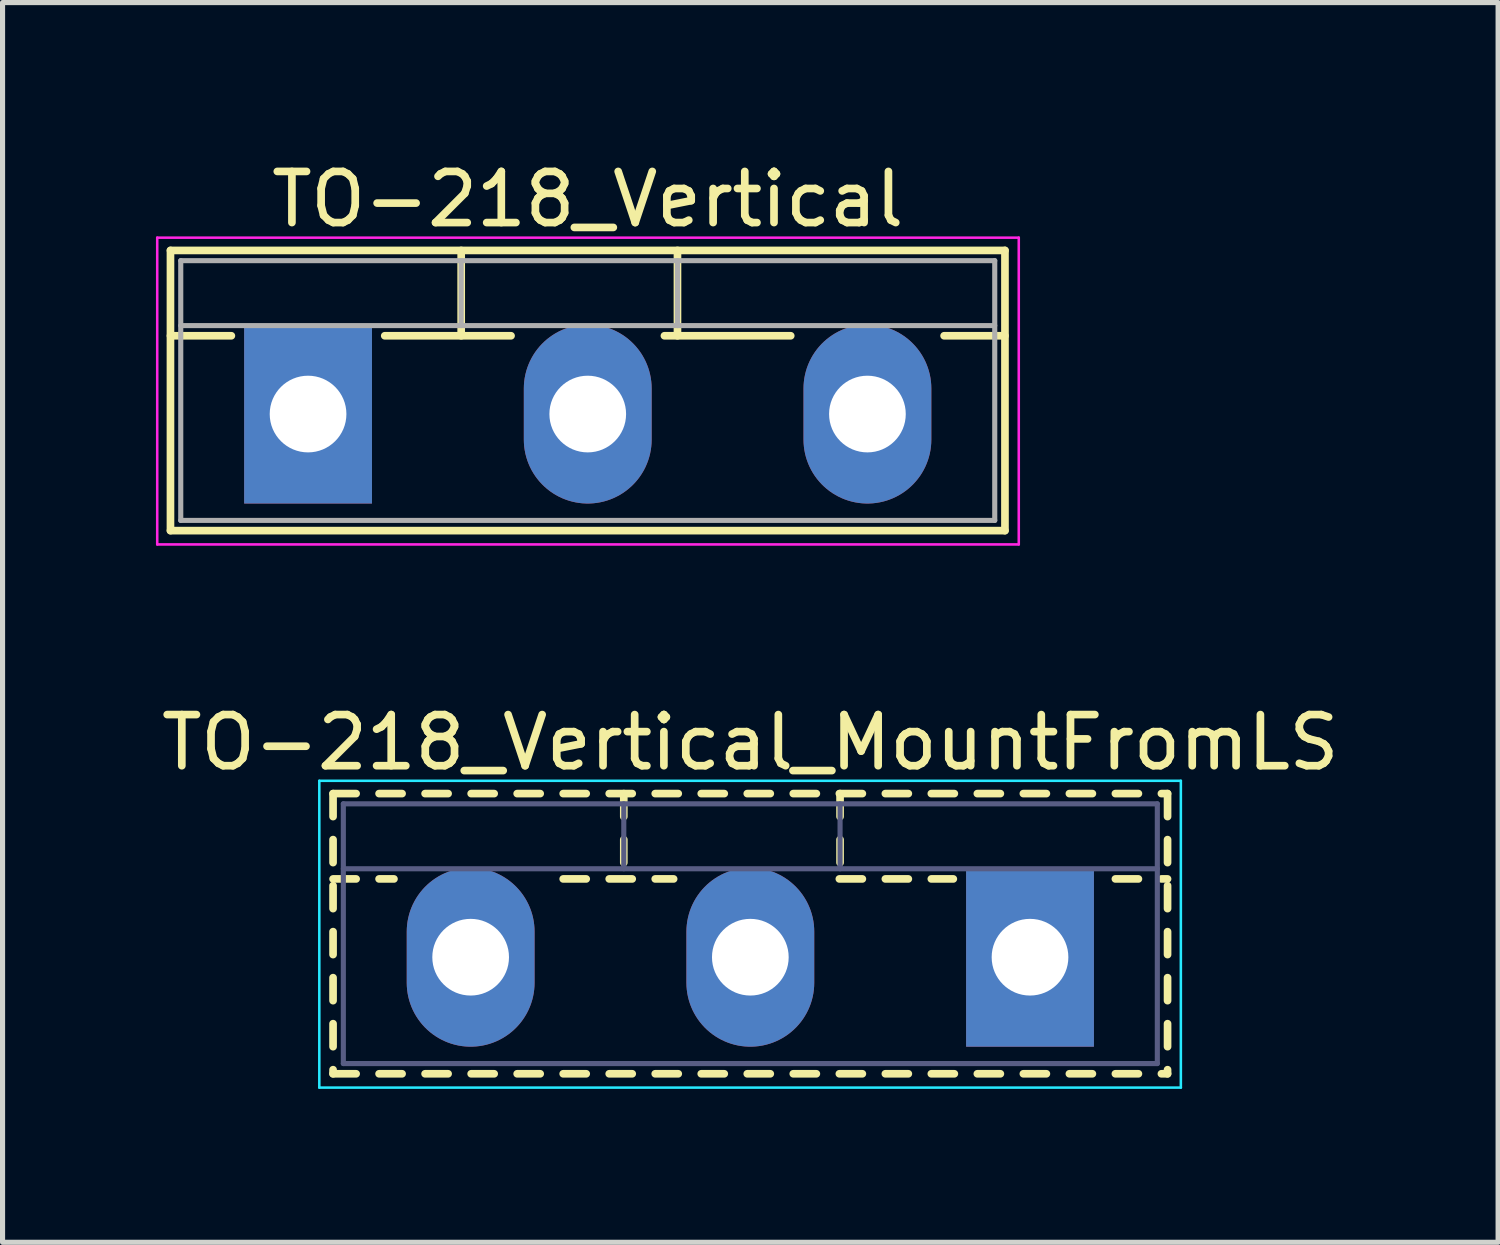
<source format=kicad_pcb>
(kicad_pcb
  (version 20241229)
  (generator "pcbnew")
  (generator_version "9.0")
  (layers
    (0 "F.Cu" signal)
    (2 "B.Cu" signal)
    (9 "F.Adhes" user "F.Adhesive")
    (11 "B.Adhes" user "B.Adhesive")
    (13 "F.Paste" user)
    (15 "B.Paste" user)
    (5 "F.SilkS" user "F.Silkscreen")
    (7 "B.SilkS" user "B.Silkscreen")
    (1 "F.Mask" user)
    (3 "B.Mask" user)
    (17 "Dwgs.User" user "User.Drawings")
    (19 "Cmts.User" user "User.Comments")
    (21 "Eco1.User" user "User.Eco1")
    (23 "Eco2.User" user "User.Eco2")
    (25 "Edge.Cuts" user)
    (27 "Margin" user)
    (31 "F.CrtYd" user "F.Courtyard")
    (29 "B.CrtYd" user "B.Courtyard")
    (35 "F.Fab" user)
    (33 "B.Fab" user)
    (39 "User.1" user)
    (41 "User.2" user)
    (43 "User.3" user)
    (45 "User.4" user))
  (footprint "TO-218_Vertical_MountFromLS"
    (layer "F.Cu")
    (at 17.095 15.671)
    (property "Reference" "TO-218_Vertical_MountFromLS" (at -5.47 -4.2 0) (layer "F.SilkS") (effects (font (size 1 1) (thickness 0.15))))
    (attr through_hole)
    (fp_line (start -13.631 -3.2) (end -13.631 -2.75) (stroke (width 0.15) (type solid)) (layer "F.SilkS"))
    (fp_line (start -13.631 -3.2) (end -13.18 -3.2) (stroke (width 0.15) (type solid)) (layer "F.SilkS"))
    (fp_line (start -13.631 -2.3) (end -13.631 -1.85) (stroke (width 0.15) (type solid)) (layer "F.SilkS"))
    (fp_line (start -13.631 -1.531) (end -13.18 -1.531) (stroke (width 0.15) (type solid)) (layer "F.SilkS"))
    (fp_line (start -13.631 -1.4) (end -13.631 -0.95) (stroke (width 0.15) (type solid)) (layer "F.SilkS"))
    (fp_line (start -13.631 -0.5) (end -13.631 -0.051) (stroke (width 0.15) (type solid)) (layer "F.SilkS"))
    (fp_line (start -13.631 0.4) (end -13.631 0.85) (stroke (width 0.15) (type solid)) (layer "F.SilkS"))
    (fp_line (start -13.631 1.3) (end -13.631 1.75) (stroke (width 0.15) (type solid)) (layer "F.SilkS"))
    (fp_line (start -13.631 2.2) (end -13.631 2.28) (stroke (width 0.15) (type solid)) (layer "F.SilkS"))
    (fp_line (start -13.631 2.28) (end -13.18 2.28) (stroke (width 0.15) (type solid)) (layer "F.SilkS"))
    (fp_line (start -12.731 -3.2) (end -12.281 -3.2) (stroke (width 0.15) (type solid)) (layer "F.SilkS"))
    (fp_line (start -12.731 -1.531) (end -12.44 -1.531) (stroke (width 0.15) (type solid)) (layer "F.SilkS"))
    (fp_line (start -12.731 2.28) (end -12.281 2.28) (stroke (width 0.15) (type solid)) (layer "F.SilkS"))
    (fp_line (start -11.831 -3.2) (end -11.381 -3.2) (stroke (width 0.15) (type solid)) (layer "F.SilkS"))
    (fp_line (start -11.831 2.28) (end -11.381 2.28) (stroke (width 0.15) (type solid)) (layer "F.SilkS"))
    (fp_line (start -10.93 -3.2) (end -10.48 -3.2) (stroke (width 0.15) (type solid)) (layer "F.SilkS"))
    (fp_line (start -10.93 2.28) (end -10.48 2.28) (stroke (width 0.15) (type solid)) (layer "F.SilkS"))
    (fp_line (start -10.03 -3.2) (end -9.58 -3.2) (stroke (width 0.15) (type solid)) (layer "F.SilkS"))
    (fp_line (start -10.03 2.28) (end -9.58 2.28) (stroke (width 0.15) (type solid)) (layer "F.SilkS"))
    (fp_line (start -9.13 -3.2) (end -8.68 -3.2) (stroke (width 0.15) (type solid)) (layer "F.SilkS"))
    (fp_line (start -9.13 -1.531) (end -8.68 -1.531) (stroke (width 0.15) (type solid)) (layer "F.SilkS"))
    (fp_line (start -9.13 2.28) (end -8.68 2.28) (stroke (width 0.15) (type solid)) (layer "F.SilkS"))
    (fp_line (start -8.23 -3.2) (end -7.78 -3.2) (stroke (width 0.15) (type solid)) (layer "F.SilkS"))
    (fp_line (start -8.23 -1.531) (end -7.78 -1.531) (stroke (width 0.15) (type solid)) (layer "F.SilkS"))
    (fp_line (start -8.23 2.28) (end -7.78 2.28) (stroke (width 0.15) (type solid)) (layer "F.SilkS"))
    (fp_line (start -7.945 -3.2) (end -7.945 -2.75) (stroke (width 0.15) (type solid)) (layer "F.SilkS"))
    (fp_line (start -7.945 -2.3) (end -7.945 -1.85) (stroke (width 0.15) (type solid)) (layer "F.SilkS"))
    (fp_line (start -7.33 -3.2) (end -6.88 -3.2) (stroke (width 0.15) (type solid)) (layer "F.SilkS"))
    (fp_line (start -7.33 -1.531) (end -6.97 -1.531) (stroke (width 0.15) (type solid)) (layer "F.SilkS"))
    (fp_line (start -7.33 2.28) (end -6.88 2.28) (stroke (width 0.15) (type solid)) (layer "F.SilkS"))
    (fp_line (start -6.43 -3.2) (end -5.98 -3.2) (stroke (width 0.15) (type solid)) (layer "F.SilkS"))
    (fp_line (start -6.43 2.28) (end -5.98 2.28) (stroke (width 0.15) (type solid)) (layer "F.SilkS"))
    (fp_line (start -5.53 -3.2) (end -5.08 -3.2) (stroke (width 0.15) (type solid)) (layer "F.SilkS"))
    (fp_line (start -5.53 2.28) (end -5.08 2.28) (stroke (width 0.15) (type solid)) (layer "F.SilkS"))
    (fp_line (start -4.63 -3.2) (end -4.179 -3.2) (stroke (width 0.15) (type solid)) (layer "F.SilkS"))
    (fp_line (start -4.63 2.28) (end -4.179 2.28) (stroke (width 0.15) (type solid)) (layer "F.SilkS"))
    (fp_line (start -3.729 -3.2) (end -3.279 -3.2) (stroke (width 0.15) (type solid)) (layer "F.SilkS"))
    (fp_line (start -3.729 -1.531) (end -3.279 -1.531) (stroke (width 0.15) (type solid)) (layer "F.SilkS"))
    (fp_line (start -3.729 2.28) (end -3.279 2.28) (stroke (width 0.15) (type solid)) (layer "F.SilkS"))
    (fp_line (start -3.715 -3.2) (end -3.715 -2.75) (stroke (width 0.15) (type solid)) (layer "F.SilkS"))
    (fp_line (start -3.715 -2.3) (end -3.715 -1.85) (stroke (width 0.15) (type solid)) (layer "F.SilkS"))
    (fp_line (start -2.829 -3.2) (end -2.38 -3.2) (stroke (width 0.15) (type solid)) (layer "F.SilkS"))
    (fp_line (start -2.829 -1.531) (end -2.38 -1.531) (stroke (width 0.15) (type solid)) (layer "F.SilkS"))
    (fp_line (start -2.829 2.28) (end -2.38 2.28) (stroke (width 0.15) (type solid)) (layer "F.SilkS"))
    (fp_line (start -1.93 -3.2) (end -1.48 -3.2) (stroke (width 0.15) (type solid)) (layer "F.SilkS"))
    (fp_line (start -1.93 -1.531) (end -1.5 -1.531) (stroke (width 0.15) (type solid)) (layer "F.SilkS"))
    (fp_line (start -1.93 2.28) (end -1.48 2.28) (stroke (width 0.15) (type solid)) (layer "F.SilkS"))
    (fp_line (start -1.03 -3.2) (end -0.58 -3.2) (stroke (width 0.15) (type solid)) (layer "F.SilkS"))
    (fp_line (start -1.03 2.28) (end -0.58 2.28) (stroke (width 0.15) (type solid)) (layer "F.SilkS"))
    (fp_line (start -0.13 -3.2) (end 0.32 -3.2) (stroke (width 0.15) (type solid)) (layer "F.SilkS"))
    (fp_line (start -0.13 2.28) (end 0.32 2.28) (stroke (width 0.15) (type solid)) (layer "F.SilkS"))
    (fp_line (start 0.77 -3.2) (end 1.22 -3.2) (stroke (width 0.15) (type solid)) (layer "F.SilkS"))
    (fp_line (start 0.77 2.28) (end 1.22 2.28) (stroke (width 0.15) (type solid)) (layer "F.SilkS"))
    (fp_line (start 1.67 -3.2) (end 2.12 -3.2) (stroke (width 0.15) (type solid)) (layer "F.SilkS"))
    (fp_line (start 1.67 -1.531) (end 2.12 -1.531) (stroke (width 0.15) (type solid)) (layer "F.SilkS"))
    (fp_line (start 1.67 2.28) (end 2.12 2.28) (stroke (width 0.15) (type solid)) (layer "F.SilkS"))
    (fp_line (start 2.57 -3.2) (end 2.69 -3.2) (stroke (width 0.15) (type solid)) (layer "F.SilkS"))
    (fp_line (start 2.57 -1.531) (end 2.69 -1.531) (stroke (width 0.15) (type solid)) (layer "F.SilkS"))
    (fp_line (start 2.57 2.28) (end 2.69 2.28) (stroke (width 0.15) (type solid)) (layer "F.SilkS"))
    (fp_line (start 2.69 -3.2) (end 2.69 -2.75) (stroke (width 0.15) (type solid)) (layer "F.SilkS"))
    (fp_line (start 2.69 -2.3) (end 2.69 -1.85) (stroke (width 0.15) (type solid)) (layer "F.SilkS"))
    (fp_line (start 2.69 -1.4) (end 2.69 -0.95) (stroke (width 0.15) (type solid)) (layer "F.SilkS"))
    (fp_line (start 2.69 -0.5) (end 2.69 -0.051) (stroke (width 0.15) (type solid)) (layer "F.SilkS"))
    (fp_line (start 2.69 0.4) (end 2.69 0.85) (stroke (width 0.15) (type solid)) (layer "F.SilkS"))
    (fp_line (start 2.69 1.3) (end 2.69 1.75) (stroke (width 0.15) (type solid)) (layer "F.SilkS"))
    (fp_line (start 2.69 2.2) (end 2.69 2.28) (stroke (width 0.15) (type solid)) (layer "F.SilkS"))
    (fp_line (start -13.9 -3.45) (end -13.9 2.55) (stroke (width 0.05) (type solid)) (layer "B.CrtYd"))
    (fp_line (start -13.9 2.55) (end 2.95 2.55) (stroke (width 0.05) (type solid)) (layer "B.CrtYd"))
    (fp_line (start 2.95 -3.45) (end -13.9 -3.45) (stroke (width 0.05) (type solid)) (layer "B.CrtYd"))
    (fp_line (start 2.95 2.55) (end 2.95 -3.45) (stroke (width 0.05) (type solid)) (layer "B.CrtYd"))
    (fp_line (start -13.43 -3) (end -13.43 2.08) (stroke (width 0.1) (type solid)) (layer "B.Fab"))
    (fp_line (start -13.43 -1.73) (end 2.49 -1.73) (stroke (width 0.1) (type solid)) (layer "B.Fab"))
    (fp_line (start -13.43 2.08) (end 2.49 2.08) (stroke (width 0.1) (type solid)) (layer "B.Fab"))
    (fp_line (start -7.945 -3) (end -7.945 -1.73) (stroke (width 0.1) (type solid)) (layer "B.Fab"))
    (fp_line (start -3.715 -3) (end -3.715 -1.73) (stroke (width 0.1) (type solid)) (layer "B.Fab"))
    (fp_line (start 2.49 -3) (end -13.43 -3) (stroke (width 0.1) (type solid)) (layer "B.Fab"))
    (fp_line (start 2.49 2.08) (end 2.49 -3) (stroke (width 0.1) (type solid)) (layer "B.Fab"))
    (pad "1" thru_hole rect (at 0 0) (size 2.5 3.5) (drill 1.5) (layers "*.Cu" "*.Mask"))
    (pad "2" thru_hole oval (at -5.47 0) (size 2.5 3.5) (drill 1.5) (layers "*.Cu" "*.Mask"))
    (pad "3" thru_hole oval (at -10.94 0) (size 2.5 3.5) (drill 1.5) (layers "*.Cu" "*.Mask")))
  (footprint "TO-218_Vertical"
    (layer "F.Cu")
    (at 2.975 5.048)
    (property "Reference" "TO-218_Vertical" (at 5.47 -4.2 0) (layer "F.SilkS") (effects (font (size 1 1) (thickness 0.15))))
    (attr through_hole)
    (fp_line (start -2.691 -3.2) (end -2.691 2.28) (stroke (width 0.15) (type solid)) (layer "F.SilkS"))
    (fp_line (start -2.691 -3.2) (end 13.63 -3.2) (stroke (width 0.15) (type solid)) (layer "F.SilkS"))
    (fp_line (start -2.691 -1.531) (end -1.5 -1.531) (stroke (width 0.15) (type solid)) (layer "F.SilkS"))
    (fp_line (start -2.691 2.28) (end 13.63 2.28) (stroke (width 0.15) (type solid)) (layer "F.SilkS"))
    (fp_line (start 1.5 -1.531) (end 3.97 -1.531) (stroke (width 0.15) (type solid)) (layer "F.SilkS"))
    (fp_line (start 2.995 -3.2) (end 2.995 -1.531) (stroke (width 0.15) (type solid)) (layer "F.SilkS"))
    (fp_line (start 6.97 -1.531) (end 9.44 -1.531) (stroke (width 0.15) (type solid)) (layer "F.SilkS"))
    (fp_line (start 7.225 -3.2) (end 7.225 -1.531) (stroke (width 0.15) (type solid)) (layer "F.SilkS"))
    (fp_line (start 12.44 -1.531) (end 13.63 -1.531) (stroke (width 0.15) (type solid)) (layer "F.SilkS"))
    (fp_line (start 13.63 -3.2) (end 13.63 2.28) (stroke (width 0.15) (type solid)) (layer "F.SilkS"))
    (fp_line (start -2.95 -3.45) (end -2.95 2.55) (stroke (width 0.05) (type solid)) (layer "F.CrtYd"))
    (fp_line (start -2.95 2.55) (end 13.9 2.55) (stroke (width 0.05) (type solid)) (layer "F.CrtYd"))
    (fp_line (start 13.9 -3.45) (end -2.95 -3.45) (stroke (width 0.05) (type solid)) (layer "F.CrtYd"))
    (fp_line (start 13.9 2.55) (end 13.9 -3.45) (stroke (width 0.05) (type solid)) (layer "F.CrtYd"))
    (fp_line (start -2.49 -3) (end -2.49 2.08) (stroke (width 0.1) (type solid)) (layer "F.Fab"))
    (fp_line (start -2.49 -1.73) (end 13.43 -1.73) (stroke (width 0.1) (type solid)) (layer "F.Fab"))
    (fp_line (start -2.49 2.08) (end 13.43 2.08) (stroke (width 0.1) (type solid)) (layer "F.Fab"))
    (fp_line (start 2.995 -3) (end 2.995 -1.73) (stroke (width 0.1) (type solid)) (layer "F.Fab"))
    (fp_line (start 7.225 -3) (end 7.225 -1.73) (stroke (width 0.1) (type solid)) (layer "F.Fab"))
    (fp_line (start 13.43 -3) (end -2.49 -3) (stroke (width 0.1) (type solid)) (layer "F.Fab"))
    (fp_line (start 13.43 2.08) (end 13.43 -3) (stroke (width 0.1) (type solid)) (layer "F.Fab"))
    (pad "1" thru_hole rect (at 0 0) (size 2.5 3.5) (drill 1.5) (layers "*.Cu" "*.Mask"))
    (pad "2" thru_hole oval (at 5.47 0) (size 2.5 3.5) (drill 1.5) (layers "*.Cu" "*.Mask"))
    (pad "3" thru_hole oval (at 10.94 0) (size 2.5 3.5) (drill 1.5) (layers "*.Cu" "*.Mask")))
  (gr_rect
    (start -3 -3)
    (end 26.25 21.247)
    (stroke (width 0.1) (type default))
    (fill no)
    (layer "Edge.Cuts")))
</source>
